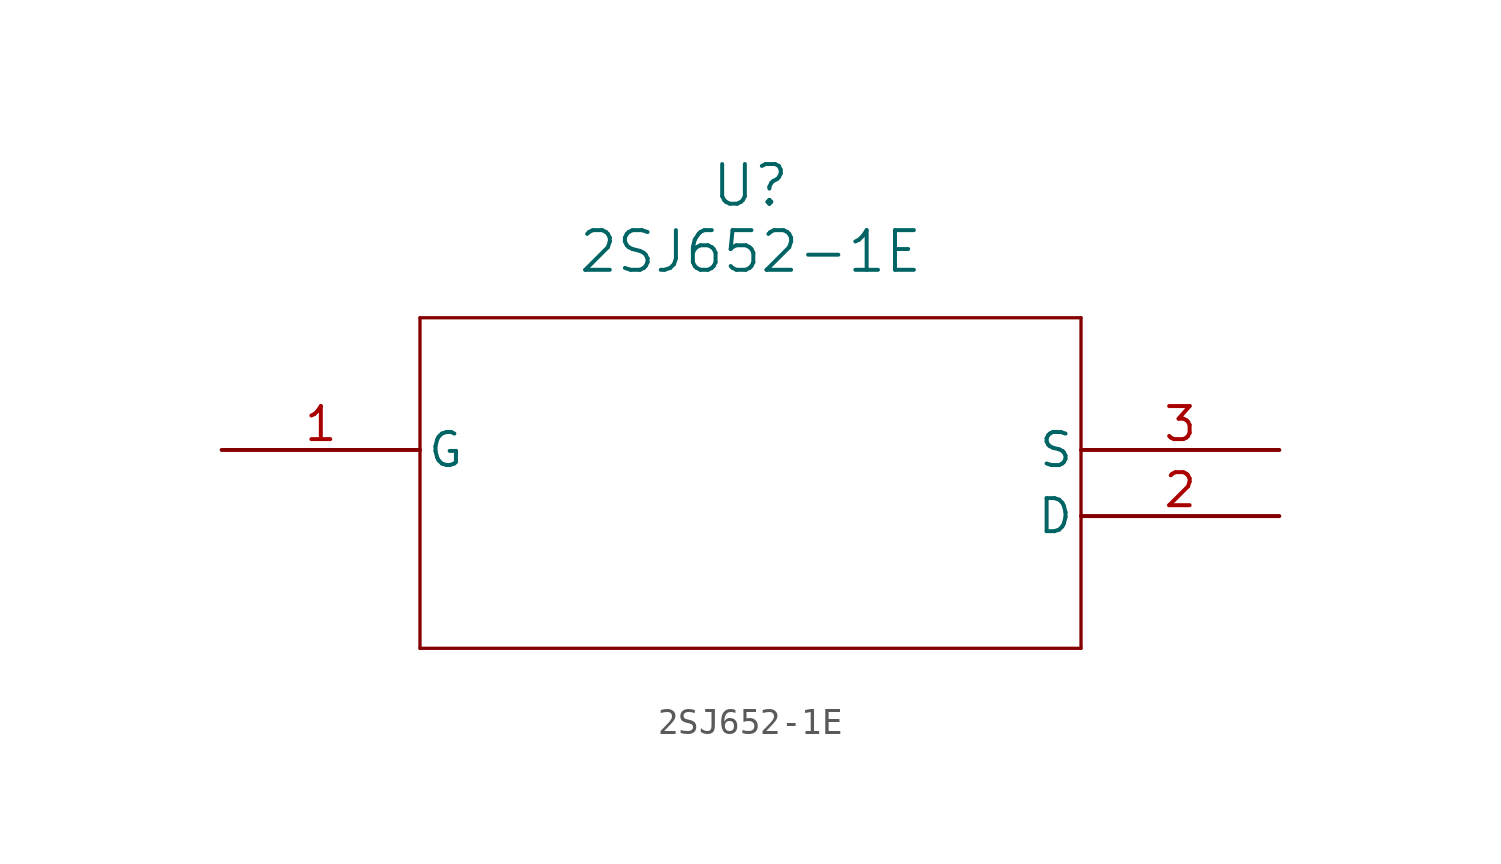
<source format=kicad_sym>
(kicad_symbol_lib
  (version 20211014)
  (generator kicad_symbol_editor)
  (symbol "2SJ652-1E"
    (pin_names
      (offset 0.254))
    (property "Reference" "U"
      (at 20.32 10.16 0)
      (effects (font (size 1.524 1.524))))
    (property "Value" "2SJ652-1E"
      (at 20.32 7.62 0)
      (effects (font (size 1.524 1.524))))
    (symbol "2SJ652-1E_0_1"
      (polyline (pts (xy 7.62 5.08) (xy 7.62 -7.62)) (stroke (width 0.127) (type default) (color 0 0 0 0)) (fill (type none)))
      (polyline (pts (xy 7.62 -7.62) (xy 33.02 -7.62)) (stroke (width 0.127) (type default) (color 0 0 0 0)) (fill (type none)))
      (polyline (pts (xy 33.02 -7.62) (xy 33.02 5.08)) (stroke (width 0.127) (type default) (color 0 0 0 0)) (fill (type none)))
      (polyline (pts (xy 33.02 5.08) (xy 7.62 5.08)) (stroke (width 0.127) (type default) (color 0 0 0 0)) (fill (type none)))
      (pin unspecified line (at 0 0 0) (length 7.62) (name "G" (effects (font (size 1.27 1.27)))) (number "1" (effects (font (size 1.27 1.27)))))
      (pin unspecified line (at 40.64 -2.54 180) (length 7.62) (name "D" (effects (font (size 1.27 1.27)))) (number "2" (effects (font (size 1.27 1.27)))))
      (pin unspecified line (at 40.64 0 180) (length 7.62) (name "S" (effects (font (size 1.27 1.27)))) (number "3" (effects (font (size 1.27 1.27))))))))
</source>
